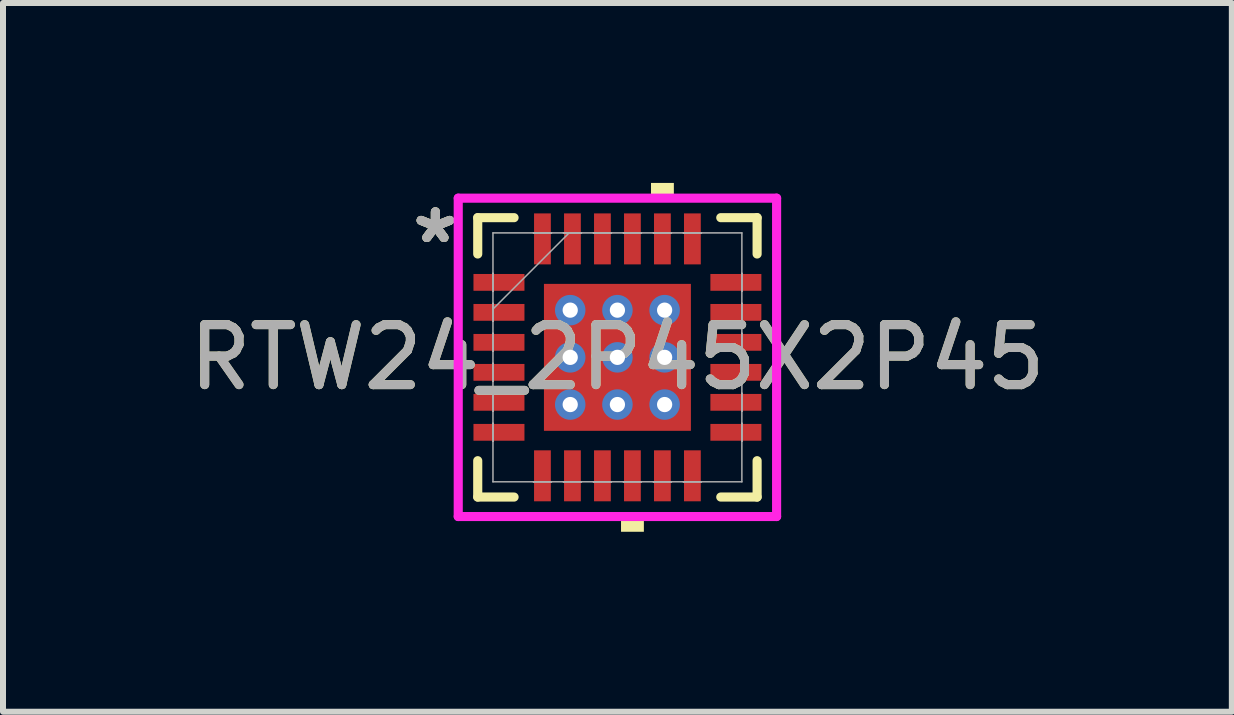
<source format=kicad_pcb>
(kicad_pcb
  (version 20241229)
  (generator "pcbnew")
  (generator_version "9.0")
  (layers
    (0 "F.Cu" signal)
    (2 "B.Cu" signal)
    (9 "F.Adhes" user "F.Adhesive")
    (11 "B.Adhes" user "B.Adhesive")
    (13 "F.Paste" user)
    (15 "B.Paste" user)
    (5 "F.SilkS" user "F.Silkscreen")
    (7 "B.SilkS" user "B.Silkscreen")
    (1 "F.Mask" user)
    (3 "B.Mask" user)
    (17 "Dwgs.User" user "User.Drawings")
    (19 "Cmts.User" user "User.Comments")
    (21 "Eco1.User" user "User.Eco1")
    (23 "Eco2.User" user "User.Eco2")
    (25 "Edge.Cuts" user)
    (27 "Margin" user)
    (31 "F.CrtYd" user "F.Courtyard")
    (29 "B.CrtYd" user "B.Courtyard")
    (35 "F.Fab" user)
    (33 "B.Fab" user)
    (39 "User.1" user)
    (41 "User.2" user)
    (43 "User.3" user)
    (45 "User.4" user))
  (footprint "RTW24_2P45X2P45"
    (layer "F.Cu")
    (at 7.244 2.908)
    (property "Reference" "RTW24_2P45X2P45" (at 0 0 0) (unlocked yes) (layer "F.SilkS") (effects (font (size 1 1) (thickness 0.15))))
    (attr smd)
    (fp_poly (pts (xy -2.47 -1.46) (xy -2.47 -1.04) (xy -1.48 -1.04) (xy -1.48 -1.46)) (stroke (width 0) (type solid)) (fill yes) (layer "F.Mask"))
    (fp_poly (pts (xy -2.47 -0.96) (xy -2.47 -0.54) (xy -1.48 -0.54) (xy -1.48 -0.96)) (stroke (width 0) (type solid)) (fill yes) (layer "F.Mask"))
    (fp_poly (pts (xy -2.47 -0.46) (xy -2.47 -0.04) (xy -1.48 -0.04) (xy -1.48 -0.46)) (stroke (width 0) (type solid)) (fill yes) (layer "F.Mask"))
    (fp_poly (pts (xy -2.47 0.04) (xy -2.47 0.46) (xy -1.48 0.46) (xy -1.48 0.04)) (stroke (width 0) (type solid)) (fill yes) (layer "F.Mask"))
    (fp_poly (pts (xy -2.47 0.54) (xy -2.47 0.96) (xy -1.48 0.96) (xy -1.48 0.54)) (stroke (width 0) (type solid)) (fill yes) (layer "F.Mask"))
    (fp_poly (pts (xy -2.47 1.04) (xy -2.47 1.46) (xy -1.48 1.46) (xy -1.48 1.04)) (stroke (width 0) (type solid)) (fill yes) (layer "F.Mask"))
    (fp_poly (pts (xy -1.46 -2.47) (xy -1.46 -1.48) (xy -1.04 -1.48) (xy -1.04 -2.47)) (stroke (width 0) (type solid)) (fill yes) (layer "F.Mask"))
    (fp_poly (pts (xy -1.46 1.48) (xy -1.46 2.47) (xy -1.04 2.47) (xy -1.04 1.48)) (stroke (width 0) (type solid)) (fill yes) (layer "F.Mask"))
    (fp_poly (pts (xy -1.288 -1.288) (xy -0.987 -1.288) (xy -0.987 1.288) (xy -1.288 1.288)) (stroke (width 0) (type solid)) (fill yes) (layer "F.Mask"))
    (fp_poly (pts (xy -1.288 -1.288) (xy 1.288 -1.288) (xy 1.288 -0.987) (xy -1.288 -0.987)) (stroke (width 0) (type solid)) (fill yes) (layer "F.Mask"))
    (fp_poly (pts (xy -1.288 -0.587) (xy 1.288 -0.587) (xy 1.288 -0.2) (xy -1.288 -0.2)) (stroke (width 0) (type solid)) (fill yes) (layer "F.Mask"))
    (fp_poly (pts (xy -1.288 0.2) (xy 1.288 0.2) (xy 1.288 0.587) (xy -1.288 0.587)) (stroke (width 0) (type solid)) (fill yes) (layer "F.Mask"))
    (fp_poly (pts (xy -1.288 0.987) (xy 1.288 0.987) (xy 1.288 1.288) (xy -1.288 1.288)) (stroke (width 0) (type solid)) (fill yes) (layer "F.Mask"))
    (fp_poly (pts (xy -0.96 -2.47) (xy -0.96 -1.48) (xy -0.54 -1.48) (xy -0.54 -2.47)) (stroke (width 0) (type solid)) (fill yes) (layer "F.Mask"))
    (fp_poly (pts (xy -0.96 1.48) (xy -0.96 2.47) (xy -0.54 2.47) (xy -0.54 1.48)) (stroke (width 0) (type solid)) (fill yes) (layer "F.Mask"))
    (fp_poly (pts (xy -0.46 -2.47) (xy -0.46 -1.48) (xy -0.04 -1.48) (xy -0.04 -2.47)) (stroke (width 0) (type solid)) (fill yes) (layer "F.Mask"))
    (fp_poly (pts (xy -0.46 1.48) (xy -0.46 2.47) (xy -0.04 2.47) (xy -0.04 1.48)) (stroke (width 0) (type solid)) (fill yes) (layer "F.Mask"))
    (fp_poly (pts (xy -0.2 -1.288) (xy -0.587 -1.288) (xy -0.587 1.288) (xy -0.2 1.288)) (stroke (width 0) (type solid)) (fill yes) (layer "F.Mask"))
    (fp_poly (pts (xy 0.04 -2.47) (xy 0.04 -1.48) (xy 0.46 -1.48) (xy 0.46 -2.47)) (stroke (width 0) (type solid)) (fill yes) (layer "F.Mask"))
    (fp_poly (pts (xy 0.04 1.48) (xy 0.04 2.47) (xy 0.46 2.47) (xy 0.46 1.48)) (stroke (width 0) (type solid)) (fill yes) (layer "F.Mask"))
    (fp_poly (pts (xy 0.54 -2.47) (xy 0.54 -1.48) (xy 0.96 -1.48) (xy 0.96 -2.47)) (stroke (width 0) (type solid)) (fill yes) (layer "F.Mask"))
    (fp_poly (pts (xy 0.54 1.48) (xy 0.54 2.47) (xy 0.96 2.47) (xy 0.96 1.48)) (stroke (width 0) (type solid)) (fill yes) (layer "F.Mask"))
    (fp_poly (pts (xy 0.587 -1.288) (xy 0.2 -1.288) (xy 0.2 1.288) (xy 0.587 1.288)) (stroke (width 0) (type solid)) (fill yes) (layer "F.Mask"))
    (fp_poly (pts (xy 0.987 -1.288) (xy 1.288 -1.288) (xy 1.288 1.288) (xy 0.987 1.288)) (stroke (width 0) (type solid)) (fill yes) (layer "F.Mask"))
    (fp_poly (pts (xy 1.04 -2.47) (xy 1.04 -1.48) (xy 1.46 -1.48) (xy 1.46 -2.47)) (stroke (width 0) (type solid)) (fill yes) (layer "F.Mask"))
    (fp_poly (pts (xy 1.04 1.48) (xy 1.04 2.47) (xy 1.46 2.47) (xy 1.46 1.48)) (stroke (width 0) (type solid)) (fill yes) (layer "F.Mask"))
    (fp_poly (pts (xy 1.48 -1.46) (xy 1.48 -1.04) (xy 2.47 -1.04) (xy 2.47 -1.46)) (stroke (width 0) (type solid)) (fill yes) (layer "F.Mask"))
    (fp_poly (pts (xy 1.48 -0.96) (xy 1.48 -0.54) (xy 2.47 -0.54) (xy 2.47 -0.96)) (stroke (width 0) (type solid)) (fill yes) (layer "F.Mask"))
    (fp_poly (pts (xy 1.48 -0.46) (xy 1.48 -0.04) (xy 2.47 -0.04) (xy 2.47 -0.46)) (stroke (width 0) (type solid)) (fill yes) (layer "F.Mask"))
    (fp_poly (pts (xy 1.48 0.04) (xy 1.48 0.46) (xy 2.47 0.46) (xy 2.47 0.04)) (stroke (width 0) (type solid)) (fill yes) (layer "F.Mask"))
    (fp_poly (pts (xy 1.48 0.54) (xy 1.48 0.96) (xy 2.47 0.96) (xy 2.47 0.54)) (stroke (width 0) (type solid)) (fill yes) (layer "F.Mask"))
    (fp_poly (pts (xy 1.48 1.04) (xy 1.48 1.46) (xy 2.47 1.46) (xy 2.47 1.04)) (stroke (width 0) (type solid)) (fill yes) (layer "F.Mask"))
    (fp_line (start -2.329 -2.329) (end -2.329 -1.723) (stroke (width 0.152) (type solid)) (layer "F.SilkS"))
    (fp_line (start -2.329 1.723) (end -2.329 2.329) (stroke (width 0.152) (type solid)) (layer "F.SilkS"))
    (fp_line (start -2.329 2.329) (end -1.723 2.329) (stroke (width 0.152) (type solid)) (layer "F.SilkS"))
    (fp_line (start -1.723 -2.329) (end -2.329 -2.329) (stroke (width 0.152) (type solid)) (layer "F.SilkS"))
    (fp_line (start 1.723 2.329) (end 2.329 2.329) (stroke (width 0.152) (type solid)) (layer "F.SilkS"))
    (fp_line (start 2.329 -2.329) (end 1.723 -2.329) (stroke (width 0.152) (type solid)) (layer "F.SilkS"))
    (fp_line (start 2.329 -1.723) (end 2.329 -2.329) (stroke (width 0.152) (type solid)) (layer "F.SilkS"))
    (fp_line (start 2.329 2.329) (end 2.329 1.723) (stroke (width 0.152) (type solid)) (layer "F.SilkS"))
    (fp_poly (pts (xy 0.06 2.654) (xy 0.06 2.908) (xy 0.441 2.908) (xy 0.441 2.654)) (stroke (width 0) (type solid)) (fill yes) (layer "F.SilkS"))
    (fp_poly (pts (xy 0.56 -2.654) (xy 0.56 -2.908) (xy 0.941 -2.908) (xy 0.941 -2.654)) (stroke (width 0) (type solid)) (fill yes) (layer "F.SilkS"))
    (fp_poly (pts (xy -2.375 -1.365) (xy -2.375 -1.135) (xy -1.575 -1.135) (xy -1.575 -1.365)) (stroke (width 0) (type solid)) (fill yes) (layer "F.Paste"))
    (fp_poly (pts (xy -2.375 -0.865) (xy -2.375 -0.635) (xy -1.575 -0.635) (xy -1.575 -0.865)) (stroke (width 0) (type solid)) (fill yes) (layer "F.Paste"))
    (fp_poly (pts (xy -2.375 -0.365) (xy -2.375 -0.135) (xy -1.575 -0.135) (xy -1.575 -0.365)) (stroke (width 0) (type solid)) (fill yes) (layer "F.Paste"))
    (fp_poly (pts (xy -2.375 0.135) (xy -2.375 0.365) (xy -1.575 0.365) (xy -1.575 0.135)) (stroke (width 0) (type solid)) (fill yes) (layer "F.Paste"))
    (fp_poly (pts (xy -2.375 0.635) (xy -2.375 0.865) (xy -1.575 0.865) (xy -1.575 0.635)) (stroke (width 0) (type solid)) (fill yes) (layer "F.Paste"))
    (fp_poly (pts (xy -2.375 1.135) (xy -2.375 1.365) (xy -1.575 1.365) (xy -1.575 1.135)) (stroke (width 0) (type solid)) (fill yes) (layer "F.Paste"))
    (fp_poly (pts (xy -1.365 -2.375) (xy -1.365 -1.575) (xy -1.135 -1.575) (xy -1.135 -2.375)) (stroke (width 0) (type solid)) (fill yes) (layer "F.Paste"))
    (fp_poly (pts (xy -1.365 1.575) (xy -1.365 2.375) (xy -1.135 2.375) (xy -1.135 1.575)) (stroke (width 0) (type solid)) (fill yes) (layer "F.Paste"))
    (fp_poly (pts (xy -0.865 -2.375) (xy -0.865 -1.575) (xy -0.635 -1.575) (xy -0.635 -2.375)) (stroke (width 0) (type solid)) (fill yes) (layer "F.Paste"))
    (fp_poly (pts (xy -0.865 1.575) (xy -0.865 2.375) (xy -0.635 2.375) (xy -0.635 1.575)) (stroke (width 0) (type solid)) (fill yes) (layer "F.Paste"))
    (fp_poly (pts (xy -0.365 -2.375) (xy -0.365 -1.575) (xy -0.135 -1.575) (xy -0.135 -2.375)) (stroke (width 0) (type solid)) (fill yes) (layer "F.Paste"))
    (fp_poly (pts (xy -0.365 1.575) (xy -0.365 2.375) (xy -0.135 2.375) (xy -0.135 1.575)) (stroke (width 0) (type solid)) (fill yes) (layer "F.Paste"))
    (fp_poly (pts (xy 0.135 -2.375) (xy 0.135 -1.575) (xy 0.365 -1.575) (xy 0.365 -2.375)) (stroke (width 0) (type solid)) (fill yes) (layer "F.Paste"))
    (fp_poly (pts (xy 0.135 1.575) (xy 0.135 2.375) (xy 0.365 2.375) (xy 0.365 1.575)) (stroke (width 0) (type solid)) (fill yes) (layer "F.Paste"))
    (fp_poly (pts (xy 0.635 -2.375) (xy 0.635 -1.575) (xy 0.865 -1.575) (xy 0.865 -2.375)) (stroke (width 0) (type solid)) (fill yes) (layer "F.Paste"))
    (fp_poly (pts (xy 0.635 1.575) (xy 0.635 2.375) (xy 0.865 2.375) (xy 0.865 1.575)) (stroke (width 0) (type solid)) (fill yes) (layer "F.Paste"))
    (fp_poly (pts (xy 1.135 -2.375) (xy 1.135 -1.575) (xy 1.365 -1.575) (xy 1.365 -2.375)) (stroke (width 0) (type solid)) (fill yes) (layer "F.Paste"))
    (fp_poly (pts (xy 1.135 1.575) (xy 1.135 2.375) (xy 1.365 2.375) (xy 1.365 1.575)) (stroke (width 0) (type solid)) (fill yes) (layer "F.Paste"))
    (fp_poly (pts (xy 1.575 -1.365) (xy 1.575 -1.135) (xy 2.375 -1.135) (xy 2.375 -1.365)) (stroke (width 0) (type solid)) (fill yes) (layer "F.Paste"))
    (fp_poly (pts (xy 1.575 -0.865) (xy 1.575 -0.635) (xy 2.375 -0.635) (xy 2.375 -0.865)) (stroke (width 0) (type solid)) (fill yes) (layer "F.Paste"))
    (fp_poly (pts (xy 1.575 -0.365) (xy 1.575 -0.135) (xy 2.375 -0.135) (xy 2.375 -0.365)) (stroke (width 0) (type solid)) (fill yes) (layer "F.Paste"))
    (fp_poly (pts (xy 1.575 0.135) (xy 1.575 0.365) (xy 2.375 0.365) (xy 2.375 0.135)) (stroke (width 0) (type solid)) (fill yes) (layer "F.Paste"))
    (fp_poly (pts (xy 1.575 0.635) (xy 1.575 0.865) (xy 2.375 0.865) (xy 2.375 0.635)) (stroke (width 0) (type solid)) (fill yes) (layer "F.Paste"))
    (fp_poly (pts (xy 1.575 1.135) (xy 1.575 1.365) (xy 2.375 1.365) (xy 2.375 1.135)) (stroke (width 0) (type solid)) (fill yes) (layer "F.Paste"))
    (fp_poly (pts (xy -1.15 -1.15) (xy -1.15 -0.887) (xy -1.029 -0.887) (xy -0.887 -1.029) (xy -0.887 -1.15)) (stroke (width 0) (type solid)) (fill yes) (layer "F.Paste"))
    (fp_poly (pts (xy -1.15 0.887) (xy -1.15 1.15) (xy -0.887 1.15) (xy -0.887 1.029) (xy -1.029 0.887)) (stroke (width 0) (type solid)) (fill yes) (layer "F.Paste"))
    (fp_poly (pts (xy 0.887 -1.15) (xy 0.887 -1.029) (xy 1.029 -0.887) (xy 1.15 -0.887) (xy 1.15 -1.15)) (stroke (width 0) (type solid)) (fill yes) (layer "F.Paste"))
    (fp_poly (pts (xy 1.029 0.887) (xy 0.887 1.029) (xy 0.887 1.15) (xy 1.15 1.15) (xy 1.15 0.887)) (stroke (width 0) (type solid)) (fill yes) (layer "F.Paste"))
    (fp_poly (pts (xy -1.15 -0.687) (xy -1.15 -0.1) (xy -1.029 -0.1) (xy -0.887 -0.241) (xy -0.887 -0.546) (xy -1.029 -0.687)) (stroke (width 0) (type solid)) (fill yes) (layer "F.Paste"))
    (fp_poly (pts (xy -1.15 0.1) (xy -1.15 0.687) (xy -1.029 0.687) (xy -0.887 0.546) (xy -0.887 0.241) (xy -1.029 0.1)) (stroke (width 0) (type solid)) (fill yes) (layer "F.Paste"))
    (fp_poly (pts (xy -0.687 -1.15) (xy -0.687 -1.029) (xy -0.546 -0.887) (xy -0.241 -0.887) (xy -0.1 -1.029) (xy -0.1 -1.15)) (stroke (width 0) (type solid)) (fill yes) (layer "F.Paste"))
    (fp_poly (pts (xy -0.546 0.887) (xy -0.687 1.029) (xy -0.687 1.15) (xy -0.1 1.15) (xy -0.1 1.029) (xy -0.241 0.887)) (stroke (width 0) (type solid)) (fill yes) (layer "F.Paste"))
    (fp_poly (pts (xy 0.1 -1.15) (xy 0.1 -1.029) (xy 0.241 -0.887) (xy 0.546 -0.887) (xy 0.687 -1.029) (xy 0.687 -1.15)) (stroke (width 0) (type solid)) (fill yes) (layer "F.Paste"))
    (fp_poly (pts (xy 0.241 0.887) (xy 0.1 1.029) (xy 0.1 1.15) (xy 0.687 1.15) (xy 0.687 1.029) (xy 0.546 0.887)) (stroke (width 0) (type solid)) (fill yes) (layer "F.Paste"))
    (fp_poly (pts (xy 1.029 -0.687) (xy 0.887 -0.546) (xy 0.887 -0.241) (xy 1.029 -0.1) (xy 1.15 -0.1) (xy 1.15 -0.687)) (stroke (width 0) (type solid)) (fill yes) (layer "F.Paste"))
    (fp_poly (pts (xy 1.029 0.1) (xy 0.887 0.241) (xy 0.887 0.546) (xy 1.029 0.687) (xy 1.15 0.687) (xy 1.15 0.1)) (stroke (width 0) (type solid)) (fill yes) (layer "F.Paste"))
    (fp_poly (pts (xy -0.546 -0.687) (xy -0.687 -0.546) (xy -0.687 -0.241) (xy -0.546 -0.1) (xy -0.241 -0.1) (xy -0.1 -0.241) (xy -0.1 -0.546) (xy -0.241 -0.687)) (stroke (width 0) (type solid)) (fill yes) (layer "F.Paste"))
    (fp_poly (pts (xy -0.546 0.1) (xy -0.687 0.241) (xy -0.687 0.546) (xy -0.546 0.687) (xy -0.241 0.687) (xy -0.1 0.546) (xy -0.1 0.241) (xy -0.241 0.1)) (stroke (width 0) (type solid)) (fill yes) (layer "F.Paste"))
    (fp_poly (pts (xy 0.241 -0.687) (xy 0.1 -0.546) (xy 0.1 -0.241) (xy 0.241 -0.1) (xy 0.546 -0.1) (xy 0.687 -0.241) (xy 0.687 -0.546) (xy 0.546 -0.687)) (stroke (width 0) (type solid)) (fill yes) (layer "F.Paste"))
    (fp_poly (pts (xy 0.241 0.1) (xy 0.1 0.241) (xy 0.1 0.546) (xy 0.241 0.687) (xy 0.546 0.687) (xy 0.687 0.546) (xy 0.687 0.241) (xy 0.546 0.1)) (stroke (width 0) (type solid)) (fill yes) (layer "F.Paste"))
    (fp_line (start -2.654 -2.654) (end 2.654 -2.654) (stroke (width 0.152) (type solid)) (layer "F.CrtYd"))
    (fp_line (start -2.654 2.654) (end -2.654 -2.654) (stroke (width 0.152) (type solid)) (layer "F.CrtYd"))
    (fp_line (start 2.654 -2.654) (end 2.654 2.654) (stroke (width 0.152) (type solid)) (layer "F.CrtYd"))
    (fp_line (start 2.654 2.654) (end -2.654 2.654) (stroke (width 0.152) (type solid)) (layer "F.CrtYd"))
    (fp_line (start -2.075 -2.075) (end -2.075 2.075) (stroke (width 0.025) (type solid)) (layer "F.Fab"))
    (fp_line (start -2.075 -1.4) (end -2.075 -1.4) (stroke (width 0.025) (type solid)) (layer "F.Fab"))
    (fp_line (start -2.075 -1.4) (end -2.075 -1.1) (stroke (width 0.025) (type solid)) (layer "F.Fab"))
    (fp_line (start -2.075 -1.1) (end -2.075 -1.4) (stroke (width 0.025) (type solid)) (layer "F.Fab"))
    (fp_line (start -2.075 -1.1) (end -2.075 -1.1) (stroke (width 0.025) (type solid)) (layer "F.Fab"))
    (fp_line (start -2.075 -0.9) (end -2.075 -0.9) (stroke (width 0.025) (type solid)) (layer "F.Fab"))
    (fp_line (start -2.075 -0.9) (end -2.075 -0.6) (stroke (width 0.025) (type solid)) (layer "F.Fab"))
    (fp_line (start -2.075 -0.805) (end -0.805 -2.075) (stroke (width 0.025) (type solid)) (layer "F.Fab"))
    (fp_line (start -2.075 -0.6) (end -2.075 -0.9) (stroke (width 0.025) (type solid)) (layer "F.Fab"))
    (fp_line (start -2.075 -0.6) (end -2.075 -0.6) (stroke (width 0.025) (type solid)) (layer "F.Fab"))
    (fp_line (start -2.075 -0.4) (end -2.075 -0.4) (stroke (width 0.025) (type solid)) (layer "F.Fab"))
    (fp_line (start -2.075 -0.4) (end -2.075 -0.1) (stroke (width 0.025) (type solid)) (layer "F.Fab"))
    (fp_line (start -2.075 -0.1) (end -2.075 -0.4) (stroke (width 0.025) (type solid)) (layer "F.Fab"))
    (fp_line (start -2.075 -0.1) (end -2.075 -0.1) (stroke (width 0.025) (type solid)) (layer "F.Fab"))
    (fp_line (start -2.075 0.1) (end -2.075 0.1) (stroke (width 0.025) (type solid)) (layer "F.Fab"))
    (fp_line (start -2.075 0.1) (end -2.075 0.4) (stroke (width 0.025) (type solid)) (layer "F.Fab"))
    (fp_line (start -2.075 0.4) (end -2.075 0.1) (stroke (width 0.025) (type solid)) (layer "F.Fab"))
    (fp_line (start -2.075 0.4) (end -2.075 0.4) (stroke (width 0.025) (type solid)) (layer "F.Fab"))
    (fp_line (start -2.075 0.6) (end -2.075 0.6) (stroke (width 0.025) (type solid)) (layer "F.Fab"))
    (fp_line (start -2.075 0.6) (end -2.075 0.9) (stroke (width 0.025) (type solid)) (layer "F.Fab"))
    (fp_line (start -2.075 0.9) (end -2.075 0.6) (stroke (width 0.025) (type solid)) (layer "F.Fab"))
    (fp_line (start -2.075 0.9) (end -2.075 0.9) (stroke (width 0.025) (type solid)) (layer "F.Fab"))
    (fp_line (start -2.075 1.1) (end -2.075 1.1) (stroke (width 0.025) (type solid)) (layer "F.Fab"))
    (fp_line (start -2.075 1.1) (end -2.075 1.4) (stroke (width 0.025) (type solid)) (layer "F.Fab"))
    (fp_line (start -2.075 1.4) (end -2.075 1.1) (stroke (width 0.025) (type solid)) (layer "F.Fab"))
    (fp_line (start -2.075 1.4) (end -2.075 1.4) (stroke (width 0.025) (type solid)) (layer "F.Fab"))
    (fp_line (start -2.075 2.075) (end 2.075 2.075) (stroke (width 0.025) (type solid)) (layer "F.Fab"))
    (fp_line (start -1.4 -2.075) (end -1.4 -2.075) (stroke (width 0.025) (type solid)) (layer "F.Fab"))
    (fp_line (start -1.4 -2.075) (end -1.1 -2.075) (stroke (width 0.025) (type solid)) (layer "F.Fab"))
    (fp_line (start -1.4 2.075) (end -1.4 2.075) (stroke (width 0.025) (type solid)) (layer "F.Fab"))
    (fp_line (start -1.4 2.075) (end -1.1 2.075) (stroke (width 0.025) (type solid)) (layer "F.Fab"))
    (fp_line (start -1.1 -2.075) (end -1.4 -2.075) (stroke (width 0.025) (type solid)) (layer "F.Fab"))
    (fp_line (start -1.1 -2.075) (end -1.1 -2.075) (stroke (width 0.025) (type solid)) (layer "F.Fab"))
    (fp_line (start -1.1 2.075) (end -1.4 2.075) (stroke (width 0.025) (type solid)) (layer "F.Fab"))
    (fp_line (start -1.1 2.075) (end -1.1 2.075) (stroke (width 0.025) (type solid)) (layer "F.Fab"))
    (fp_line (start -0.9 -2.075) (end -0.9 -2.075) (stroke (width 0.025) (type solid)) (layer "F.Fab"))
    (fp_line (start -0.9 -2.075) (end -0.6 -2.075) (stroke (width 0.025) (type solid)) (layer "F.Fab"))
    (fp_line (start -0.9 2.075) (end -0.9 2.075) (stroke (width 0.025) (type solid)) (layer "F.Fab"))
    (fp_line (start -0.9 2.075) (end -0.6 2.075) (stroke (width 0.025) (type solid)) (layer "F.Fab"))
    (fp_line (start -0.6 -2.075) (end -0.9 -2.075) (stroke (width 0.025) (type solid)) (layer "F.Fab"))
    (fp_line (start -0.6 -2.075) (end -0.6 -2.075) (stroke (width 0.025) (type solid)) (layer "F.Fab"))
    (fp_line (start -0.6 2.075) (end -0.9 2.075) (stroke (width 0.025) (type solid)) (layer "F.Fab"))
    (fp_line (start -0.6 2.075) (end -0.6 2.075) (stroke (width 0.025) (type solid)) (layer "F.Fab"))
    (fp_line (start -0.4 -2.075) (end -0.4 -2.075) (stroke (width 0.025) (type solid)) (layer "F.Fab"))
    (fp_line (start -0.4 -2.075) (end -0.1 -2.075) (stroke (width 0.025) (type solid)) (layer "F.Fab"))
    (fp_line (start -0.4 2.075) (end -0.4 2.075) (stroke (width 0.025) (type solid)) (layer "F.Fab"))
    (fp_line (start -0.4 2.075) (end -0.1 2.075) (stroke (width 0.025) (type solid)) (layer "F.Fab"))
    (fp_line (start -0.1 -2.075) (end -0.4 -2.075) (stroke (width 0.025) (type solid)) (layer "F.Fab"))
    (fp_line (start -0.1 -2.075) (end -0.1 -2.075) (stroke (width 0.025) (type solid)) (layer "F.Fab"))
    (fp_line (start -0.1 2.075) (end -0.4 2.075) (stroke (width 0.025) (type solid)) (layer "F.Fab"))
    (fp_line (start -0.1 2.075) (end -0.1 2.075) (stroke (width 0.025) (type solid)) (layer "F.Fab"))
    (fp_line (start 0.1 -2.075) (end 0.1 -2.075) (stroke (width 0.025) (type solid)) (layer "F.Fab"))
    (fp_line (start 0.1 -2.075) (end 0.4 -2.075) (stroke (width 0.025) (type solid)) (layer "F.Fab"))
    (fp_line (start 0.1 2.075) (end 0.1 2.075) (stroke (width 0.025) (type solid)) (layer "F.Fab"))
    (fp_line (start 0.1 2.075) (end 0.4 2.075) (stroke (width 0.025) (type solid)) (layer "F.Fab"))
    (fp_line (start 0.4 -2.075) (end 0.1 -2.075) (stroke (width 0.025) (type solid)) (layer "F.Fab"))
    (fp_line (start 0.4 -2.075) (end 0.4 -2.075) (stroke (width 0.025) (type solid)) (layer "F.Fab"))
    (fp_line (start 0.4 2.075) (end 0.1 2.075) (stroke (width 0.025) (type solid)) (layer "F.Fab"))
    (fp_line (start 0.4 2.075) (end 0.4 2.075) (stroke (width 0.025) (type solid)) (layer "F.Fab"))
    (fp_line (start 0.6 -2.075) (end 0.6 -2.075) (stroke (width 0.025) (type solid)) (layer "F.Fab"))
    (fp_line (start 0.6 -2.075) (end 0.9 -2.075) (stroke (width 0.025) (type solid)) (layer "F.Fab"))
    (fp_line (start 0.6 2.075) (end 0.6 2.075) (stroke (width 0.025) (type solid)) (layer "F.Fab"))
    (fp_line (start 0.6 2.075) (end 0.9 2.075) (stroke (width 0.025) (type solid)) (layer "F.Fab"))
    (fp_line (start 0.9 -2.075) (end 0.6 -2.075) (stroke (width 0.025) (type solid)) (layer "F.Fab"))
    (fp_line (start 0.9 -2.075) (end 0.9 -2.075) (stroke (width 0.025) (type solid)) (layer "F.Fab"))
    (fp_line (start 0.9 2.075) (end 0.6 2.075) (stroke (width 0.025) (type solid)) (layer "F.Fab"))
    (fp_line (start 0.9 2.075) (end 0.9 2.075) (stroke (width 0.025) (type solid)) (layer "F.Fab"))
    (fp_line (start 1.1 -2.075) (end 1.1 -2.075) (stroke (width 0.025) (type solid)) (layer "F.Fab"))
    (fp_line (start 1.1 -2.075) (end 1.4 -2.075) (stroke (width 0.025) (type solid)) (layer "F.Fab"))
    (fp_line (start 1.1 2.075) (end 1.1 2.075) (stroke (width 0.025) (type solid)) (layer "F.Fab"))
    (fp_line (start 1.1 2.075) (end 1.4 2.075) (stroke (width 0.025) (type solid)) (layer "F.Fab"))
    (fp_line (start 1.4 -2.075) (end 1.1 -2.075) (stroke (width 0.025) (type solid)) (layer "F.Fab"))
    (fp_line (start 1.4 -2.075) (end 1.4 -2.075) (stroke (width 0.025) (type solid)) (layer "F.Fab"))
    (fp_line (start 1.4 2.075) (end 1.1 2.075) (stroke (width 0.025) (type solid)) (layer "F.Fab"))
    (fp_line (start 1.4 2.075) (end 1.4 2.075) (stroke (width 0.025) (type solid)) (layer "F.Fab"))
    (fp_line (start 2.075 -2.075) (end -2.075 -2.075) (stroke (width 0.025) (type solid)) (layer "F.Fab"))
    (fp_line (start 2.075 -1.4) (end 2.075 -1.4) (stroke (width 0.025) (type solid)) (layer "F.Fab"))
    (fp_line (start 2.075 -1.4) (end 2.075 -1.1) (stroke (width 0.025) (type solid)) (layer "F.Fab"))
    (fp_line (start 2.075 -1.1) (end 2.075 -1.4) (stroke (width 0.025) (type solid)) (layer "F.Fab"))
    (fp_line (start 2.075 -1.1) (end 2.075 -1.1) (stroke (width 0.025) (type solid)) (layer "F.Fab"))
    (fp_line (start 2.075 -0.9) (end 2.075 -0.9) (stroke (width 0.025) (type solid)) (layer "F.Fab"))
    (fp_line (start 2.075 -0.9) (end 2.075 -0.6) (stroke (width 0.025) (type solid)) (layer "F.Fab"))
    (fp_line (start 2.075 -0.6) (end 2.075 -0.9) (stroke (width 0.025) (type solid)) (layer "F.Fab"))
    (fp_line (start 2.075 -0.6) (end 2.075 -0.6) (stroke (width 0.025) (type solid)) (layer "F.Fab"))
    (fp_line (start 2.075 -0.4) (end 2.075 -0.4) (stroke (width 0.025) (type solid)) (layer "F.Fab"))
    (fp_line (start 2.075 -0.4) (end 2.075 -0.1) (stroke (width 0.025) (type solid)) (layer "F.Fab"))
    (fp_line (start 2.075 -0.1) (end 2.075 -0.4) (stroke (width 0.025) (type solid)) (layer "F.Fab"))
    (fp_line (start 2.075 -0.1) (end 2.075 -0.1) (stroke (width 0.025) (type solid)) (layer "F.Fab"))
    (fp_line (start 2.075 0.1) (end 2.075 0.1) (stroke (width 0.025) (type solid)) (layer "F.Fab"))
    (fp_line (start 2.075 0.1) (end 2.075 0.4) (stroke (width 0.025) (type solid)) (layer "F.Fab"))
    (fp_line (start 2.075 0.4) (end 2.075 0.1) (stroke (width 0.025) (type solid)) (layer "F.Fab"))
    (fp_line (start 2.075 0.4) (end 2.075 0.4) (stroke (width 0.025) (type solid)) (layer "F.Fab"))
    (fp_line (start 2.075 0.6) (end 2.075 0.6) (stroke (width 0.025) (type solid)) (layer "F.Fab"))
    (fp_line (start 2.075 0.6) (end 2.075 0.9) (stroke (width 0.025) (type solid)) (layer "F.Fab"))
    (fp_line (start 2.075 0.9) (end 2.075 0.6) (stroke (width 0.025) (type solid)) (layer "F.Fab"))
    (fp_line (start 2.075 0.9) (end 2.075 0.9) (stroke (width 0.025) (type solid)) (layer "F.Fab"))
    (fp_line (start 2.075 1.1) (end 2.075 1.1) (stroke (width 0.025) (type solid)) (layer "F.Fab"))
    (fp_line (start 2.075 1.1) (end 2.075 1.4) (stroke (width 0.025) (type solid)) (layer "F.Fab"))
    (fp_line (start 2.075 1.4) (end 2.075 1.1) (stroke (width 0.025) (type solid)) (layer "F.Fab"))
    (fp_line (start 2.075 1.4) (end 2.075 1.4) (stroke (width 0.025) (type solid)) (layer "F.Fab"))
    (fp_line (start 2.075 2.075) (end 2.075 -2.075) (stroke (width 0.025) (type solid)) (layer "F.Fab"))
    (fp_text user "*" (at -3.035 -1.881 0) (unlocked yes) (layer "F.SilkS") (effects (font (size 1 1) (thickness 0.15))))
    (fp_text user "*" (at -3.035 -1.881 0) (layer "F.SilkS") (effects (font (size 1 1) (thickness 0.15))))
    (fp_text user "*" (at -3.035 -1.881 0) (unlocked yes) (layer "F.Fab") (effects (font (size 1 1) (thickness 0.15))))
    (fp_text user "*" (at -3.035 -1.881 0) (layer "F.Fab") (effects (font (size 1 1) (thickness 0.15))))
    (fp_text user "${REFERENCE}" (at 0 0 0) (unlocked yes) (layer "F.Fab") (effects (font (size 1 1) (thickness 0.15))))
    (pad "1" smd rect (at -1.975 -1.25 90) (size 0.28 0.85) (layers "F.Cu" "F.Mask"))
    (pad "2" smd rect (at -1.975 -0.75 90) (size 0.28 0.85) (layers "F.Cu" "F.Mask"))
    (pad "3" smd rect (at -1.975 -0.25 90) (size 0.28 0.85) (layers "F.Cu" "F.Mask"))
    (pad "4" smd rect (at -1.975 0.25 90) (size 0.28 0.85) (layers "F.Cu" "F.Mask"))
    (pad "5" smd rect (at -1.975 0.75 90) (size 0.28 0.85) (layers "F.Cu" "F.Mask"))
    (pad "6" smd rect (at -1.975 1.25 90) (size 0.28 0.85) (layers "F.Cu" "F.Mask"))
    (pad "7" smd rect (at -1.25 1.975) (size 0.28 0.85) (layers "F.Cu" "F.Mask"))
    (pad "8" smd rect (at -0.75 1.975) (size 0.28 0.85) (layers "F.Cu" "F.Mask"))
    (pad "9" smd rect (at -0.25 1.975) (size 0.28 0.85) (layers "F.Cu" "F.Mask"))
    (pad "10" smd rect (at 0.25 1.975) (size 0.28 0.85) (layers "F.Cu" "F.Mask"))
    (pad "11" smd rect (at 0.75 1.975) (size 0.28 0.85) (layers "F.Cu" "F.Mask"))
    (pad "12" smd rect (at 1.25 1.975) (size 0.28 0.85) (layers "F.Cu" "F.Mask"))
    (pad "13" smd rect (at 1.975 1.25 90) (size 0.28 0.85) (layers "F.Cu" "F.Mask"))
    (pad "14" smd rect (at 1.975 0.75 90) (size 0.28 0.85) (layers "F.Cu" "F.Mask"))
    (pad "15" smd rect (at 1.975 0.25 90) (size 0.28 0.85) (layers "F.Cu" "F.Mask"))
    (pad "16" smd rect (at 1.975 -0.25 90) (size 0.28 0.85) (layers "F.Cu" "F.Mask"))
    (pad "17" smd rect (at 1.975 -0.75 90) (size 0.28 0.85) (layers "F.Cu" "F.Mask"))
    (pad "18" smd rect (at 1.975 -1.25 90) (size 0.28 0.85) (layers "F.Cu" "F.Mask"))
    (pad "19" smd rect (at 1.25 -1.975) (size 0.28 0.85) (layers "F.Cu" "F.Mask"))
    (pad "20" smd rect (at 0.75 -1.975) (size 0.28 0.85) (layers "F.Cu" "F.Mask"))
    (pad "21" smd rect (at 0.25 -1.975) (size 0.28 0.85) (layers "F.Cu" "F.Mask"))
    (pad "22" smd rect (at -0.25 -1.975) (size 0.28 0.85) (layers "F.Cu" "F.Mask"))
    (pad "23" smd rect (at -0.75 -1.975) (size 0.28 0.85) (layers "F.Cu" "F.Mask"))
    (pad "24" smd rect (at -1.25 -1.975) (size 0.28 0.85) (layers "F.Cu" "F.Mask"))
    (pad "25" smd rect (at 0 0) (size 2.45 2.45) (layers "F.Cu"))
    (pad "V" thru_hole circle (at -0.787 -0.787) (size 0.508 0.508) (drill 0.254) (layers "*.Cu" "*.Mask"))
    (pad "V" thru_hole circle (at -0.787 0) (size 0.508 0.508) (drill 0.254) (layers "*.Cu" "*.Mask"))
    (pad "V" thru_hole circle (at -0.787 0.787) (size 0.508 0.508) (drill 0.254) (layers "*.Cu" "*.Mask"))
    (pad "V" thru_hole circle (at 0 -0.787) (size 0.508 0.508) (drill 0.254) (layers "*.Cu" "*.Mask"))
    (pad "V" thru_hole circle (at 0 0) (size 0.508 0.508) (drill 0.254) (layers "*.Cu" "*.Mask"))
    (pad "V" thru_hole circle (at 0 0.787) (size 0.508 0.508) (drill 0.254) (layers "*.Cu" "*.Mask"))
    (pad "V" thru_hole circle (at 0.787 -0.787) (size 0.508 0.508) (drill 0.254) (layers "*.Cu" "*.Mask"))
    (pad "V" thru_hole circle (at 0.787 0) (size 0.508 0.508) (drill 0.254) (layers "*.Cu" "*.Mask"))
    (pad "V" thru_hole circle (at 0.787 0.787) (size 0.508 0.508) (drill 0.254) (layers "*.Cu" "*.Mask")))
  (gr_rect
    (start -3 -3)
    (end 17.488 8.816)
    (stroke (width 0.1) (type default))
    (fill no)
    (layer "Edge.Cuts")))
</source>
